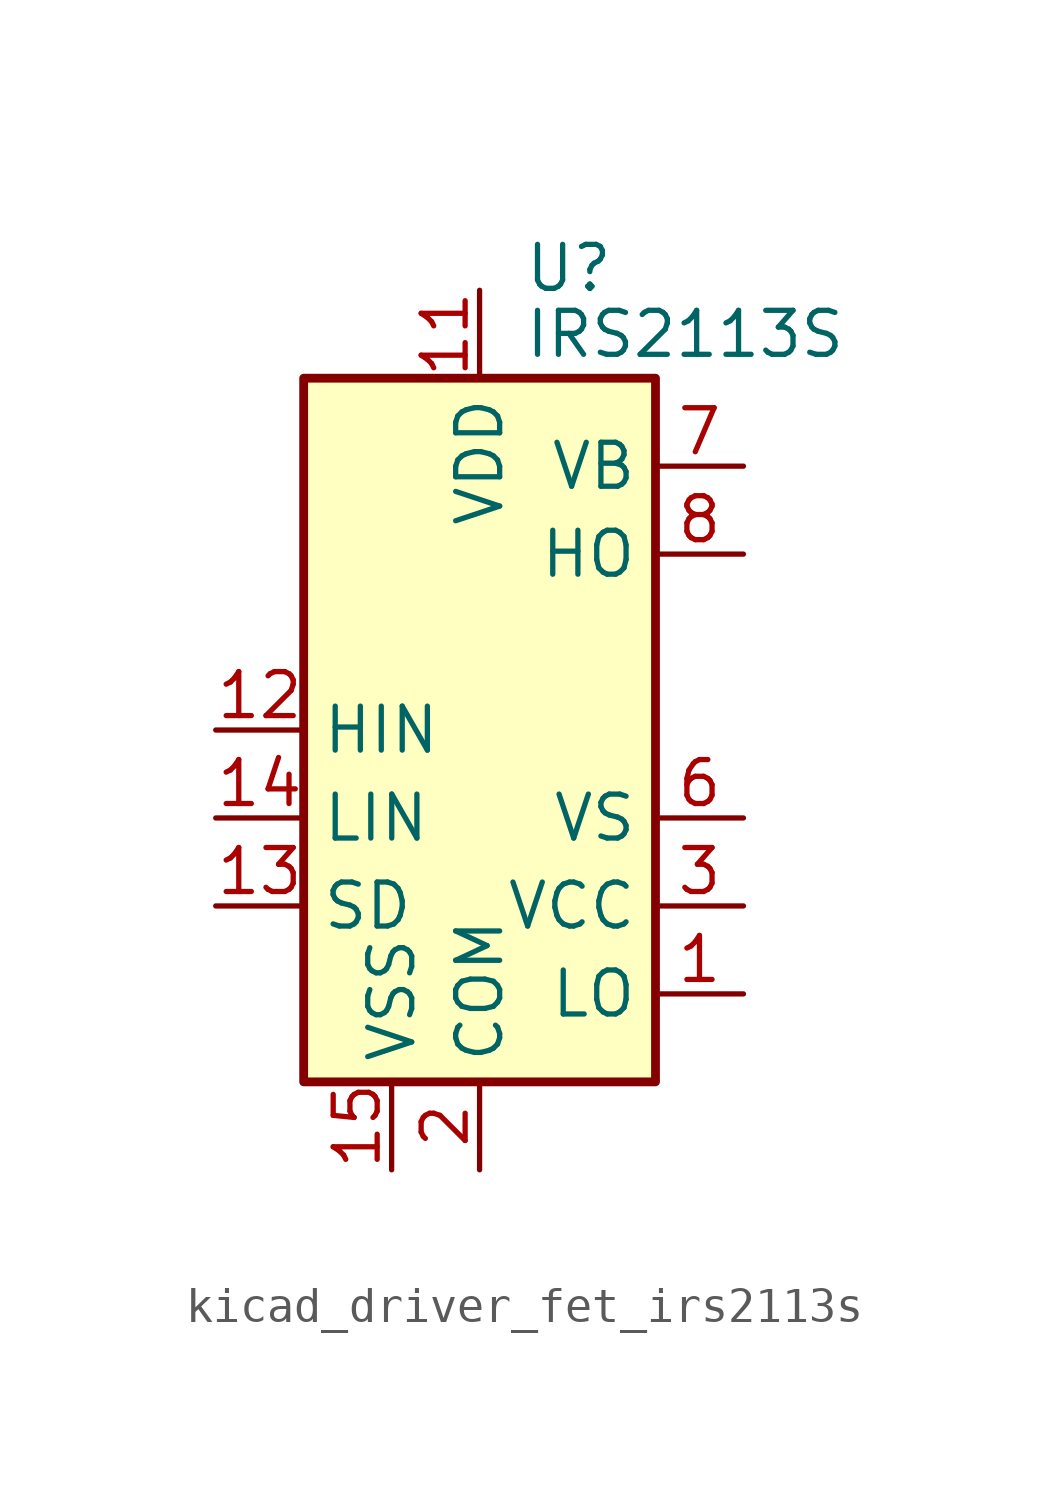
<source format=kicad_sym>
(kicad_symbol_lib
  (version 20220914)
  (generator kicad_symbol_editor)
  (symbol "kicad_driver_fet_irs2113s"
    (property "Reference" "U"
      (at 1.27 13.335 0)
      (effects (font (size 1.27 1.27)) (justify left)))
    (property "Value" "IRS2113S"
      (at 1.27 11.43 0)
      (effects (font (size 1.27 1.27)) (justify left)))
    (symbol "kicad_driver_fet_irs2113s_0_1"
      (rectangle (start -5.08 -10.16) (end 5.08 10.16) (stroke (width 0.254) (type default)) (fill (type background))))
    (symbol "kicad_driver_fet_irs2113s_1_1"
      (pin output line (at 7.62 -7.62 180) (length 2.54) (name "LO" (effects (font (size 1.27 1.27)))) (number "1" (effects (font (size 1.27 1.27)))))
      (pin no_connect line (at 5.08 2.54 180) (length 2.54) hide (name "NC" (effects (font (size 1.27 1.27)))) (number "10" (effects (font (size 1.27 1.27)))))
      (pin power_in line (at 0 12.7 270) (length 2.54) (name "VDD" (effects (font (size 1.27 1.27)))) (number "11" (effects (font (size 1.27 1.27)))))
      (pin input line (at -7.62 0 0) (length 2.54) (name "HIN" (effects (font (size 1.27 1.27)))) (number "12" (effects (font (size 1.27 1.27)))))
      (pin input line (at -7.62 -5.08 0) (length 2.54) (name "SD" (effects (font (size 1.27 1.27)))) (number "13" (effects (font (size 1.27 1.27)))))
      (pin input line (at -7.62 -2.54 0) (length 2.54) (name "LIN" (effects (font (size 1.27 1.27)))) (number "14" (effects (font (size 1.27 1.27)))))
      (pin power_in line (at -2.54 -12.7 90) (length 2.54) (name "VSS" (effects (font (size 1.27 1.27)))) (number "15" (effects (font (size 1.27 1.27)))))
      (pin no_connect line (at 5.08 0 180) (length 2.54) hide (name "NC" (effects (font (size 1.27 1.27)))) (number "16" (effects (font (size 1.27 1.27)))))
      (pin power_in line (at 0 -12.7 90) (length 2.54) (name "COM" (effects (font (size 1.27 1.27)))) (number "2" (effects (font (size 1.27 1.27)))))
      (pin power_in line (at 7.62 -5.08 180) (length 2.54) (name "VCC" (effects (font (size 1.27 1.27)))) (number "3" (effects (font (size 1.27 1.27)))))
      (pin no_connect line (at -5.08 7.62 0) (length 2.54) hide (name "NC" (effects (font (size 1.27 1.27)))) (number "4" (effects (font (size 1.27 1.27)))))
      (pin no_connect line (at -5.08 5.08 0) (length 2.54) hide (name "NC" (effects (font (size 1.27 1.27)))) (number "5" (effects (font (size 1.27 1.27)))))
      (pin passive line (at 7.62 -2.54 180) (length 2.54) (name "VS" (effects (font (size 1.27 1.27)))) (number "6" (effects (font (size 1.27 1.27)))))
      (pin passive line (at 7.62 7.62 180) (length 2.54) (name "VB" (effects (font (size 1.27 1.27)))) (number "7" (effects (font (size 1.27 1.27)))))
      (pin output line (at 7.62 5.08 180) (length 2.54) (name "HO" (effects (font (size 1.27 1.27)))) (number "8" (effects (font (size 1.27 1.27)))))
      (pin no_connect line (at -5.08 2.54 0) (length 2.54) hide (name "NC" (effects (font (size 1.27 1.27)))) (number "9" (effects (font (size 1.27 1.27))))))))
</source>
